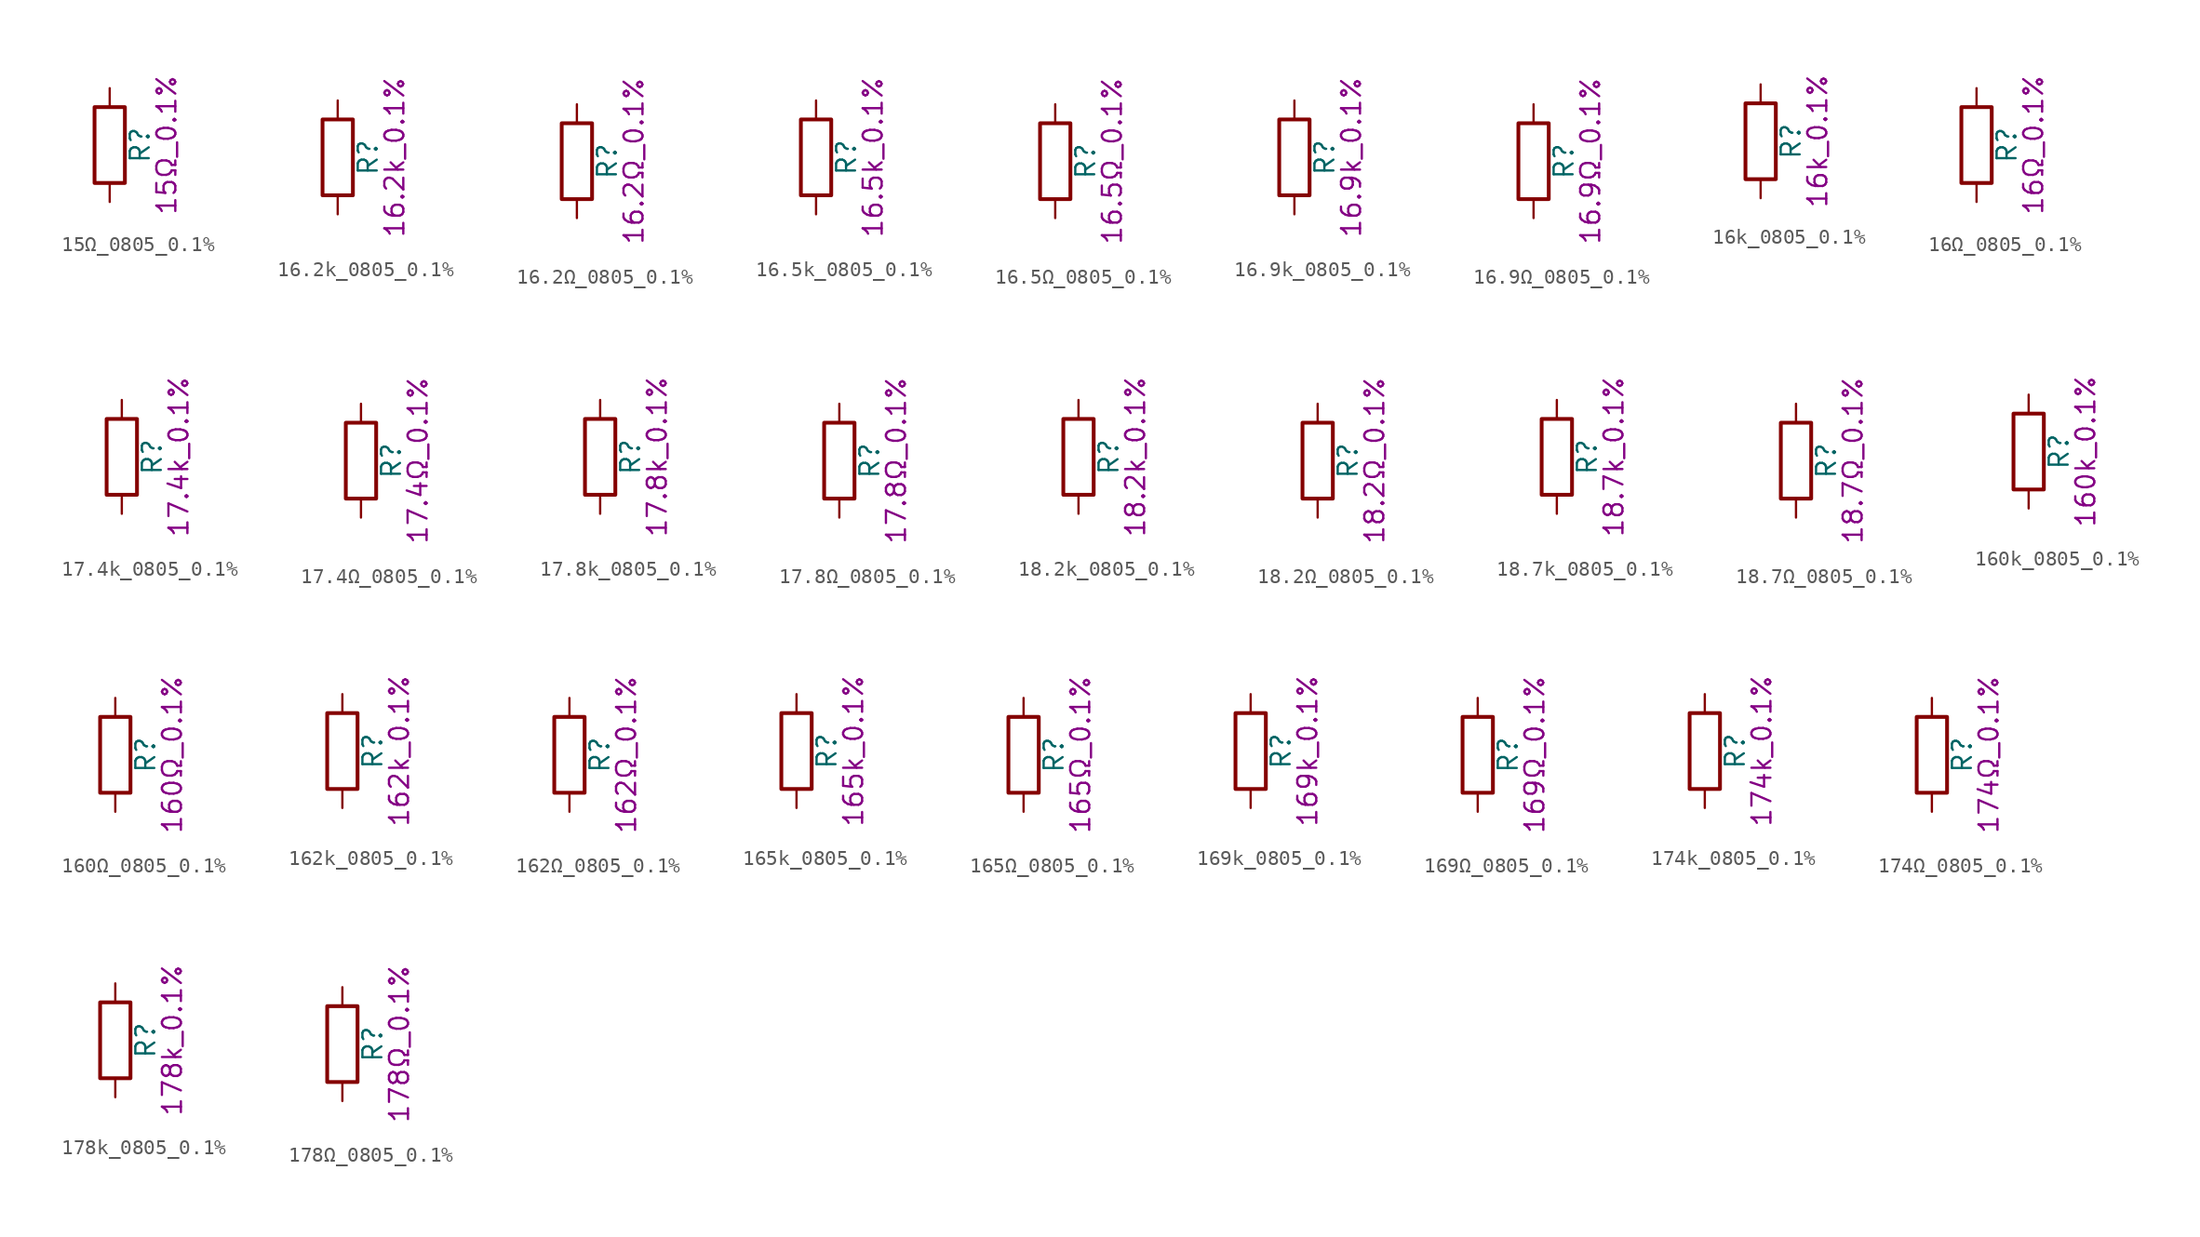
<source format=kicad_sym>
(kicad_symbol_lib
  (version 20211014)
  (generator kicad_symbol_editor)
  (symbol "15Ω_0805_0.1%"
    (pin_numbers hide)
    (pin_names
      (offset 0))
    (property "Reference" "R"
      (at 2.032 0 90)
      (effects (font (size 1.27 1.27))))
    (property "Display" "15Ω_0.1%"
      (at 3.81 0 90)
      (effects (font (size 1.27 1.27))))
    (symbol "15Ω_0805_0.1%_0_1"
      (rectangle (start -1.016 -2.54) (end 1.016 2.54) (stroke (width 0.254) (type default) (color 0 0 0 0)) (fill (type none))))
    (symbol "15Ω_0805_0.1%_1_1"
      (pin passive line (at 0 3.81 270) (length 1.27) (name "~" (effects (font (size 1.27 1.27)))) (number "1" (effects (font (size 1.27 1.27)))))
      (pin passive line (at 0 -3.81 90) (length 1.27) (name "~" (effects (font (size 1.27 1.27)))) (number "2" (effects (font (size 1.27 1.27)))))))
  (symbol "16.2k_0805_0.1%"
    (pin_numbers hide)
    (pin_names
      (offset 0))
    (property "Reference" "R"
      (at 2.032 0 90)
      (effects (font (size 1.27 1.27))))
    (property "Display" "16.2k_0.1%"
      (at 3.81 0 90)
      (effects (font (size 1.27 1.27))))
    (symbol "16.2k_0805_0.1%_0_1"
      (rectangle (start -1.016 -2.54) (end 1.016 2.54) (stroke (width 0.254) (type default) (color 0 0 0 0)) (fill (type none))))
    (symbol "16.2k_0805_0.1%_1_1"
      (pin passive line (at 0 3.81 270) (length 1.27) (name "~" (effects (font (size 1.27 1.27)))) (number "1" (effects (font (size 1.27 1.27)))))
      (pin passive line (at 0 -3.81 90) (length 1.27) (name "~" (effects (font (size 1.27 1.27)))) (number "2" (effects (font (size 1.27 1.27)))))))
  (symbol "16.2Ω_0805_0.1%"
    (pin_numbers hide)
    (pin_names
      (offset 0))
    (property "Reference" "R"
      (at 2.032 0 90)
      (effects (font (size 1.27 1.27))))
    (property "Display" "16.2Ω_0.1%"
      (at 3.81 0 90)
      (effects (font (size 1.27 1.27))))
    (symbol "16.2Ω_0805_0.1%_0_1"
      (rectangle (start -1.016 -2.54) (end 1.016 2.54) (stroke (width 0.254) (type default) (color 0 0 0 0)) (fill (type none))))
    (symbol "16.2Ω_0805_0.1%_1_1"
      (pin passive line (at 0 3.81 270) (length 1.27) (name "~" (effects (font (size 1.27 1.27)))) (number "1" (effects (font (size 1.27 1.27)))))
      (pin passive line (at 0 -3.81 90) (length 1.27) (name "~" (effects (font (size 1.27 1.27)))) (number "2" (effects (font (size 1.27 1.27)))))))
  (symbol "16.5k_0805_0.1%"
    (pin_numbers hide)
    (pin_names
      (offset 0))
    (property "Reference" "R"
      (at 2.032 0 90)
      (effects (font (size 1.27 1.27))))
    (property "Display" "16.5k_0.1%"
      (at 3.81 0 90)
      (effects (font (size 1.27 1.27))))
    (symbol "16.5k_0805_0.1%_0_1"
      (rectangle (start -1.016 -2.54) (end 1.016 2.54) (stroke (width 0.254) (type default) (color 0 0 0 0)) (fill (type none))))
    (symbol "16.5k_0805_0.1%_1_1"
      (pin passive line (at 0 3.81 270) (length 1.27) (name "~" (effects (font (size 1.27 1.27)))) (number "1" (effects (font (size 1.27 1.27)))))
      (pin passive line (at 0 -3.81 90) (length 1.27) (name "~" (effects (font (size 1.27 1.27)))) (number "2" (effects (font (size 1.27 1.27)))))))
  (symbol "16.5Ω_0805_0.1%"
    (pin_numbers hide)
    (pin_names
      (offset 0))
    (property "Reference" "R"
      (at 2.032 0 90)
      (effects (font (size 1.27 1.27))))
    (property "Display" "16.5Ω_0.1%"
      (at 3.81 0 90)
      (effects (font (size 1.27 1.27))))
    (symbol "16.5Ω_0805_0.1%_0_1"
      (rectangle (start -1.016 -2.54) (end 1.016 2.54) (stroke (width 0.254) (type default) (color 0 0 0 0)) (fill (type none))))
    (symbol "16.5Ω_0805_0.1%_1_1"
      (pin passive line (at 0 3.81 270) (length 1.27) (name "~" (effects (font (size 1.27 1.27)))) (number "1" (effects (font (size 1.27 1.27)))))
      (pin passive line (at 0 -3.81 90) (length 1.27) (name "~" (effects (font (size 1.27 1.27)))) (number "2" (effects (font (size 1.27 1.27)))))))
  (symbol "16.9k_0805_0.1%"
    (pin_numbers hide)
    (pin_names
      (offset 0))
    (property "Reference" "R"
      (at 2.032 0 90)
      (effects (font (size 1.27 1.27))))
    (property "Display" "16.9k_0.1%"
      (at 3.81 0 90)
      (effects (font (size 1.27 1.27))))
    (symbol "16.9k_0805_0.1%_0_1"
      (rectangle (start -1.016 -2.54) (end 1.016 2.54) (stroke (width 0.254) (type default) (color 0 0 0 0)) (fill (type none))))
    (symbol "16.9k_0805_0.1%_1_1"
      (pin passive line (at 0 3.81 270) (length 1.27) (name "~" (effects (font (size 1.27 1.27)))) (number "1" (effects (font (size 1.27 1.27)))))
      (pin passive line (at 0 -3.81 90) (length 1.27) (name "~" (effects (font (size 1.27 1.27)))) (number "2" (effects (font (size 1.27 1.27)))))))
  (symbol "16.9Ω_0805_0.1%"
    (pin_numbers hide)
    (pin_names
      (offset 0))
    (property "Reference" "R"
      (at 2.032 0 90)
      (effects (font (size 1.27 1.27))))
    (property "Display" "16.9Ω_0.1%"
      (at 3.81 0 90)
      (effects (font (size 1.27 1.27))))
    (symbol "16.9Ω_0805_0.1%_0_1"
      (rectangle (start -1.016 -2.54) (end 1.016 2.54) (stroke (width 0.254) (type default) (color 0 0 0 0)) (fill (type none))))
    (symbol "16.9Ω_0805_0.1%_1_1"
      (pin passive line (at 0 3.81 270) (length 1.27) (name "~" (effects (font (size 1.27 1.27)))) (number "1" (effects (font (size 1.27 1.27)))))
      (pin passive line (at 0 -3.81 90) (length 1.27) (name "~" (effects (font (size 1.27 1.27)))) (number "2" (effects (font (size 1.27 1.27)))))))
  (symbol "16k_0805_0.1%"
    (pin_numbers hide)
    (pin_names
      (offset 0))
    (property "Reference" "R"
      (at 2.032 0 90)
      (effects (font (size 1.27 1.27))))
    (property "Display" "16k_0.1%"
      (at 3.81 0 90)
      (effects (font (size 1.27 1.27))))
    (symbol "16k_0805_0.1%_0_1"
      (rectangle (start -1.016 -2.54) (end 1.016 2.54) (stroke (width 0.254) (type default) (color 0 0 0 0)) (fill (type none))))
    (symbol "16k_0805_0.1%_1_1"
      (pin passive line (at 0 3.81 270) (length 1.27) (name "~" (effects (font (size 1.27 1.27)))) (number "1" (effects (font (size 1.27 1.27)))))
      (pin passive line (at 0 -3.81 90) (length 1.27) (name "~" (effects (font (size 1.27 1.27)))) (number "2" (effects (font (size 1.27 1.27)))))))
  (symbol "16Ω_0805_0.1%"
    (pin_numbers hide)
    (pin_names
      (offset 0))
    (property "Reference" "R"
      (at 2.032 0 90)
      (effects (font (size 1.27 1.27))))
    (property "Display" "16Ω_0.1%"
      (at 3.81 0 90)
      (effects (font (size 1.27 1.27))))
    (symbol "16Ω_0805_0.1%_0_1"
      (rectangle (start -1.016 -2.54) (end 1.016 2.54) (stroke (width 0.254) (type default) (color 0 0 0 0)) (fill (type none))))
    (symbol "16Ω_0805_0.1%_1_1"
      (pin passive line (at 0 3.81 270) (length 1.27) (name "~" (effects (font (size 1.27 1.27)))) (number "1" (effects (font (size 1.27 1.27)))))
      (pin passive line (at 0 -3.81 90) (length 1.27) (name "~" (effects (font (size 1.27 1.27)))) (number "2" (effects (font (size 1.27 1.27)))))))
  (symbol "17.4k_0805_0.1%"
    (pin_numbers hide)
    (pin_names
      (offset 0))
    (property "Reference" "R"
      (at 2.032 0 90)
      (effects (font (size 1.27 1.27))))
    (property "Display" "17.4k_0.1%"
      (at 3.81 0 90)
      (effects (font (size 1.27 1.27))))
    (symbol "17.4k_0805_0.1%_0_1"
      (rectangle (start -1.016 -2.54) (end 1.016 2.54) (stroke (width 0.254) (type default) (color 0 0 0 0)) (fill (type none))))
    (symbol "17.4k_0805_0.1%_1_1"
      (pin passive line (at 0 3.81 270) (length 1.27) (name "~" (effects (font (size 1.27 1.27)))) (number "1" (effects (font (size 1.27 1.27)))))
      (pin passive line (at 0 -3.81 90) (length 1.27) (name "~" (effects (font (size 1.27 1.27)))) (number "2" (effects (font (size 1.27 1.27)))))))
  (symbol "17.4Ω_0805_0.1%"
    (pin_numbers hide)
    (pin_names
      (offset 0))
    (property "Reference" "R"
      (at 2.032 0 90)
      (effects (font (size 1.27 1.27))))
    (property "Display" "17.4Ω_0.1%"
      (at 3.81 0 90)
      (effects (font (size 1.27 1.27))))
    (symbol "17.4Ω_0805_0.1%_0_1"
      (rectangle (start -1.016 -2.54) (end 1.016 2.54) (stroke (width 0.254) (type default) (color 0 0 0 0)) (fill (type none))))
    (symbol "17.4Ω_0805_0.1%_1_1"
      (pin passive line (at 0 3.81 270) (length 1.27) (name "~" (effects (font (size 1.27 1.27)))) (number "1" (effects (font (size 1.27 1.27)))))
      (pin passive line (at 0 -3.81 90) (length 1.27) (name "~" (effects (font (size 1.27 1.27)))) (number "2" (effects (font (size 1.27 1.27)))))))
  (symbol "17.8k_0805_0.1%"
    (pin_numbers hide)
    (pin_names
      (offset 0))
    (property "Reference" "R"
      (at 2.032 0 90)
      (effects (font (size 1.27 1.27))))
    (property "Display" "17.8k_0.1%"
      (at 3.81 0 90)
      (effects (font (size 1.27 1.27))))
    (symbol "17.8k_0805_0.1%_0_1"
      (rectangle (start -1.016 -2.54) (end 1.016 2.54) (stroke (width 0.254) (type default) (color 0 0 0 0)) (fill (type none))))
    (symbol "17.8k_0805_0.1%_1_1"
      (pin passive line (at 0 3.81 270) (length 1.27) (name "~" (effects (font (size 1.27 1.27)))) (number "1" (effects (font (size 1.27 1.27)))))
      (pin passive line (at 0 -3.81 90) (length 1.27) (name "~" (effects (font (size 1.27 1.27)))) (number "2" (effects (font (size 1.27 1.27)))))))
  (symbol "17.8Ω_0805_0.1%"
    (pin_numbers hide)
    (pin_names
      (offset 0))
    (property "Reference" "R"
      (at 2.032 0 90)
      (effects (font (size 1.27 1.27))))
    (property "Display" "17.8Ω_0.1%"
      (at 3.81 0 90)
      (effects (font (size 1.27 1.27))))
    (symbol "17.8Ω_0805_0.1%_0_1"
      (rectangle (start -1.016 -2.54) (end 1.016 2.54) (stroke (width 0.254) (type default) (color 0 0 0 0)) (fill (type none))))
    (symbol "17.8Ω_0805_0.1%_1_1"
      (pin passive line (at 0 3.81 270) (length 1.27) (name "~" (effects (font (size 1.27 1.27)))) (number "1" (effects (font (size 1.27 1.27)))))
      (pin passive line (at 0 -3.81 90) (length 1.27) (name "~" (effects (font (size 1.27 1.27)))) (number "2" (effects (font (size 1.27 1.27)))))))
  (symbol "18.2k_0805_0.1%"
    (pin_numbers hide)
    (pin_names
      (offset 0))
    (property "Reference" "R"
      (at 2.032 0 90)
      (effects (font (size 1.27 1.27))))
    (property "Display" "18.2k_0.1%"
      (at 3.81 0 90)
      (effects (font (size 1.27 1.27))))
    (symbol "18.2k_0805_0.1%_0_1"
      (rectangle (start -1.016 -2.54) (end 1.016 2.54) (stroke (width 0.254) (type default) (color 0 0 0 0)) (fill (type none))))
    (symbol "18.2k_0805_0.1%_1_1"
      (pin passive line (at 0 3.81 270) (length 1.27) (name "~" (effects (font (size 1.27 1.27)))) (number "1" (effects (font (size 1.27 1.27)))))
      (pin passive line (at 0 -3.81 90) (length 1.27) (name "~" (effects (font (size 1.27 1.27)))) (number "2" (effects (font (size 1.27 1.27)))))))
  (symbol "18.2Ω_0805_0.1%"
    (pin_numbers hide)
    (pin_names
      (offset 0))
    (property "Reference" "R"
      (at 2.032 0 90)
      (effects (font (size 1.27 1.27))))
    (property "Display" "18.2Ω_0.1%"
      (at 3.81 0 90)
      (effects (font (size 1.27 1.27))))
    (symbol "18.2Ω_0805_0.1%_0_1"
      (rectangle (start -1.016 -2.54) (end 1.016 2.54) (stroke (width 0.254) (type default) (color 0 0 0 0)) (fill (type none))))
    (symbol "18.2Ω_0805_0.1%_1_1"
      (pin passive line (at 0 3.81 270) (length 1.27) (name "~" (effects (font (size 1.27 1.27)))) (number "1" (effects (font (size 1.27 1.27)))))
      (pin passive line (at 0 -3.81 90) (length 1.27) (name "~" (effects (font (size 1.27 1.27)))) (number "2" (effects (font (size 1.27 1.27)))))))
  (symbol "18.7k_0805_0.1%"
    (pin_numbers hide)
    (pin_names
      (offset 0))
    (property "Reference" "R"
      (at 2.032 0 90)
      (effects (font (size 1.27 1.27))))
    (property "Display" "18.7k_0.1%"
      (at 3.81 0 90)
      (effects (font (size 1.27 1.27))))
    (symbol "18.7k_0805_0.1%_0_1"
      (rectangle (start -1.016 -2.54) (end 1.016 2.54) (stroke (width 0.254) (type default) (color 0 0 0 0)) (fill (type none))))
    (symbol "18.7k_0805_0.1%_1_1"
      (pin passive line (at 0 3.81 270) (length 1.27) (name "~" (effects (font (size 1.27 1.27)))) (number "1" (effects (font (size 1.27 1.27)))))
      (pin passive line (at 0 -3.81 90) (length 1.27) (name "~" (effects (font (size 1.27 1.27)))) (number "2" (effects (font (size 1.27 1.27)))))))
  (symbol "18.7Ω_0805_0.1%"
    (pin_numbers hide)
    (pin_names
      (offset 0))
    (property "Reference" "R"
      (at 2.032 0 90)
      (effects (font (size 1.27 1.27))))
    (property "Display" "18.7Ω_0.1%"
      (at 3.81 0 90)
      (effects (font (size 1.27 1.27))))
    (symbol "18.7Ω_0805_0.1%_0_1"
      (rectangle (start -1.016 -2.54) (end 1.016 2.54) (stroke (width 0.254) (type default) (color 0 0 0 0)) (fill (type none))))
    (symbol "18.7Ω_0805_0.1%_1_1"
      (pin passive line (at 0 3.81 270) (length 1.27) (name "~" (effects (font (size 1.27 1.27)))) (number "1" (effects (font (size 1.27 1.27)))))
      (pin passive line (at 0 -3.81 90) (length 1.27) (name "~" (effects (font (size 1.27 1.27)))) (number "2" (effects (font (size 1.27 1.27)))))))
  (symbol "160k_0805_0.1%"
    (pin_numbers hide)
    (pin_names
      (offset 0))
    (property "Reference" "R"
      (at 2.032 0 90)
      (effects (font (size 1.27 1.27))))
    (property "Display" "160k_0.1%"
      (at 3.81 0 90)
      (effects (font (size 1.27 1.27))))
    (symbol "160k_0805_0.1%_0_1"
      (rectangle (start -1.016 -2.54) (end 1.016 2.54) (stroke (width 0.254) (type default) (color 0 0 0 0)) (fill (type none))))
    (symbol "160k_0805_0.1%_1_1"
      (pin passive line (at 0 3.81 270) (length 1.27) (name "~" (effects (font (size 1.27 1.27)))) (number "1" (effects (font (size 1.27 1.27)))))
      (pin passive line (at 0 -3.81 90) (length 1.27) (name "~" (effects (font (size 1.27 1.27)))) (number "2" (effects (font (size 1.27 1.27)))))))
  (symbol "160Ω_0805_0.1%"
    (pin_numbers hide)
    (pin_names
      (offset 0))
    (property "Reference" "R"
      (at 2.032 0 90)
      (effects (font (size 1.27 1.27))))
    (property "Display" "160Ω_0.1%"
      (at 3.81 0 90)
      (effects (font (size 1.27 1.27))))
    (symbol "160Ω_0805_0.1%_0_1"
      (rectangle (start -1.016 -2.54) (end 1.016 2.54) (stroke (width 0.254) (type default) (color 0 0 0 0)) (fill (type none))))
    (symbol "160Ω_0805_0.1%_1_1"
      (pin passive line (at 0 3.81 270) (length 1.27) (name "~" (effects (font (size 1.27 1.27)))) (number "1" (effects (font (size 1.27 1.27)))))
      (pin passive line (at 0 -3.81 90) (length 1.27) (name "~" (effects (font (size 1.27 1.27)))) (number "2" (effects (font (size 1.27 1.27)))))))
  (symbol "162k_0805_0.1%"
    (pin_numbers hide)
    (pin_names
      (offset 0))
    (property "Reference" "R"
      (at 2.032 0 90)
      (effects (font (size 1.27 1.27))))
    (property "Display" "162k_0.1%"
      (at 3.81 0 90)
      (effects (font (size 1.27 1.27))))
    (symbol "162k_0805_0.1%_0_1"
      (rectangle (start -1.016 -2.54) (end 1.016 2.54) (stroke (width 0.254) (type default) (color 0 0 0 0)) (fill (type none))))
    (symbol "162k_0805_0.1%_1_1"
      (pin passive line (at 0 3.81 270) (length 1.27) (name "~" (effects (font (size 1.27 1.27)))) (number "1" (effects (font (size 1.27 1.27)))))
      (pin passive line (at 0 -3.81 90) (length 1.27) (name "~" (effects (font (size 1.27 1.27)))) (number "2" (effects (font (size 1.27 1.27)))))))
  (symbol "162Ω_0805_0.1%"
    (pin_numbers hide)
    (pin_names
      (offset 0))
    (property "Reference" "R"
      (at 2.032 0 90)
      (effects (font (size 1.27 1.27))))
    (property "Display" "162Ω_0.1%"
      (at 3.81 0 90)
      (effects (font (size 1.27 1.27))))
    (symbol "162Ω_0805_0.1%_0_1"
      (rectangle (start -1.016 -2.54) (end 1.016 2.54) (stroke (width 0.254) (type default) (color 0 0 0 0)) (fill (type none))))
    (symbol "162Ω_0805_0.1%_1_1"
      (pin passive line (at 0 3.81 270) (length 1.27) (name "~" (effects (font (size 1.27 1.27)))) (number "1" (effects (font (size 1.27 1.27)))))
      (pin passive line (at 0 -3.81 90) (length 1.27) (name "~" (effects (font (size 1.27 1.27)))) (number "2" (effects (font (size 1.27 1.27)))))))
  (symbol "165k_0805_0.1%"
    (pin_numbers hide)
    (pin_names
      (offset 0))
    (property "Reference" "R"
      (at 2.032 0 90)
      (effects (font (size 1.27 1.27))))
    (property "Display" "165k_0.1%"
      (at 3.81 0 90)
      (effects (font (size 1.27 1.27))))
    (symbol "165k_0805_0.1%_0_1"
      (rectangle (start -1.016 -2.54) (end 1.016 2.54) (stroke (width 0.254) (type default) (color 0 0 0 0)) (fill (type none))))
    (symbol "165k_0805_0.1%_1_1"
      (pin passive line (at 0 3.81 270) (length 1.27) (name "~" (effects (font (size 1.27 1.27)))) (number "1" (effects (font (size 1.27 1.27)))))
      (pin passive line (at 0 -3.81 90) (length 1.27) (name "~" (effects (font (size 1.27 1.27)))) (number "2" (effects (font (size 1.27 1.27)))))))
  (symbol "165Ω_0805_0.1%"
    (pin_numbers hide)
    (pin_names
      (offset 0))
    (property "Reference" "R"
      (at 2.032 0 90)
      (effects (font (size 1.27 1.27))))
    (property "Display" "165Ω_0.1%"
      (at 3.81 0 90)
      (effects (font (size 1.27 1.27))))
    (symbol "165Ω_0805_0.1%_0_1"
      (rectangle (start -1.016 -2.54) (end 1.016 2.54) (stroke (width 0.254) (type default) (color 0 0 0 0)) (fill (type none))))
    (symbol "165Ω_0805_0.1%_1_1"
      (pin passive line (at 0 3.81 270) (length 1.27) (name "~" (effects (font (size 1.27 1.27)))) (number "1" (effects (font (size 1.27 1.27)))))
      (pin passive line (at 0 -3.81 90) (length 1.27) (name "~" (effects (font (size 1.27 1.27)))) (number "2" (effects (font (size 1.27 1.27)))))))
  (symbol "169k_0805_0.1%"
    (pin_numbers hide)
    (pin_names
      (offset 0))
    (property "Reference" "R"
      (at 2.032 0 90)
      (effects (font (size 1.27 1.27))))
    (property "Display" "169k_0.1%"
      (at 3.81 0 90)
      (effects (font (size 1.27 1.27))))
    (symbol "169k_0805_0.1%_0_1"
      (rectangle (start -1.016 -2.54) (end 1.016 2.54) (stroke (width 0.254) (type default) (color 0 0 0 0)) (fill (type none))))
    (symbol "169k_0805_0.1%_1_1"
      (pin passive line (at 0 3.81 270) (length 1.27) (name "~" (effects (font (size 1.27 1.27)))) (number "1" (effects (font (size 1.27 1.27)))))
      (pin passive line (at 0 -3.81 90) (length 1.27) (name "~" (effects (font (size 1.27 1.27)))) (number "2" (effects (font (size 1.27 1.27)))))))
  (symbol "169Ω_0805_0.1%"
    (pin_numbers hide)
    (pin_names
      (offset 0))
    (property "Reference" "R"
      (at 2.032 0 90)
      (effects (font (size 1.27 1.27))))
    (property "Display" "169Ω_0.1%"
      (at 3.81 0 90)
      (effects (font (size 1.27 1.27))))
    (symbol "169Ω_0805_0.1%_0_1"
      (rectangle (start -1.016 -2.54) (end 1.016 2.54) (stroke (width 0.254) (type default) (color 0 0 0 0)) (fill (type none))))
    (symbol "169Ω_0805_0.1%_1_1"
      (pin passive line (at 0 3.81 270) (length 1.27) (name "~" (effects (font (size 1.27 1.27)))) (number "1" (effects (font (size 1.27 1.27)))))
      (pin passive line (at 0 -3.81 90) (length 1.27) (name "~" (effects (font (size 1.27 1.27)))) (number "2" (effects (font (size 1.27 1.27)))))))
  (symbol "174k_0805_0.1%"
    (pin_numbers hide)
    (pin_names
      (offset 0))
    (property "Reference" "R"
      (at 2.032 0 90)
      (effects (font (size 1.27 1.27))))
    (property "Display" "174k_0.1%"
      (at 3.81 0 90)
      (effects (font (size 1.27 1.27))))
    (symbol "174k_0805_0.1%_0_1"
      (rectangle (start -1.016 -2.54) (end 1.016 2.54) (stroke (width 0.254) (type default) (color 0 0 0 0)) (fill (type none))))
    (symbol "174k_0805_0.1%_1_1"
      (pin passive line (at 0 3.81 270) (length 1.27) (name "~" (effects (font (size 1.27 1.27)))) (number "1" (effects (font (size 1.27 1.27)))))
      (pin passive line (at 0 -3.81 90) (length 1.27) (name "~" (effects (font (size 1.27 1.27)))) (number "2" (effects (font (size 1.27 1.27)))))))
  (symbol "174Ω_0805_0.1%"
    (pin_numbers hide)
    (pin_names
      (offset 0))
    (property "Reference" "R"
      (at 2.032 0 90)
      (effects (font (size 1.27 1.27))))
    (property "Display" "174Ω_0.1%"
      (at 3.81 0 90)
      (effects (font (size 1.27 1.27))))
    (symbol "174Ω_0805_0.1%_0_1"
      (rectangle (start -1.016 -2.54) (end 1.016 2.54) (stroke (width 0.254) (type default) (color 0 0 0 0)) (fill (type none))))
    (symbol "174Ω_0805_0.1%_1_1"
      (pin passive line (at 0 3.81 270) (length 1.27) (name "~" (effects (font (size 1.27 1.27)))) (number "1" (effects (font (size 1.27 1.27)))))
      (pin passive line (at 0 -3.81 90) (length 1.27) (name "~" (effects (font (size 1.27 1.27)))) (number "2" (effects (font (size 1.27 1.27)))))))
  (symbol "178k_0805_0.1%"
    (pin_numbers hide)
    (pin_names
      (offset 0))
    (property "Reference" "R"
      (at 2.032 0 90)
      (effects (font (size 1.27 1.27))))
    (property "Display" "178k_0.1%"
      (at 3.81 0 90)
      (effects (font (size 1.27 1.27))))
    (symbol "178k_0805_0.1%_0_1"
      (rectangle (start -1.016 -2.54) (end 1.016 2.54) (stroke (width 0.254) (type default) (color 0 0 0 0)) (fill (type none))))
    (symbol "178k_0805_0.1%_1_1"
      (pin passive line (at 0 3.81 270) (length 1.27) (name "~" (effects (font (size 1.27 1.27)))) (number "1" (effects (font (size 1.27 1.27)))))
      (pin passive line (at 0 -3.81 90) (length 1.27) (name "~" (effects (font (size 1.27 1.27)))) (number "2" (effects (font (size 1.27 1.27)))))))
  (symbol "178Ω_0805_0.1%"
    (pin_numbers hide)
    (pin_names
      (offset 0))
    (property "Reference" "R"
      (at 2.032 0 90)
      (effects (font (size 1.27 1.27))))
    (property "Display" "178Ω_0.1%"
      (at 3.81 0 90)
      (effects (font (size 1.27 1.27))))
    (symbol "178Ω_0805_0.1%_0_1"
      (rectangle (start -1.016 -2.54) (end 1.016 2.54) (stroke (width 0.254) (type default) (color 0 0 0 0)) (fill (type none))))
    (symbol "178Ω_0805_0.1%_1_1"
      (pin passive line (at 0 3.81 270) (length 1.27) (name "~" (effects (font (size 1.27 1.27)))) (number "1" (effects (font (size 1.27 1.27)))))
      (pin passive line (at 0 -3.81 90) (length 1.27) (name "~" (effects (font (size 1.27 1.27)))) (number "2" (effects (font (size 1.27 1.27))))))))
</source>
